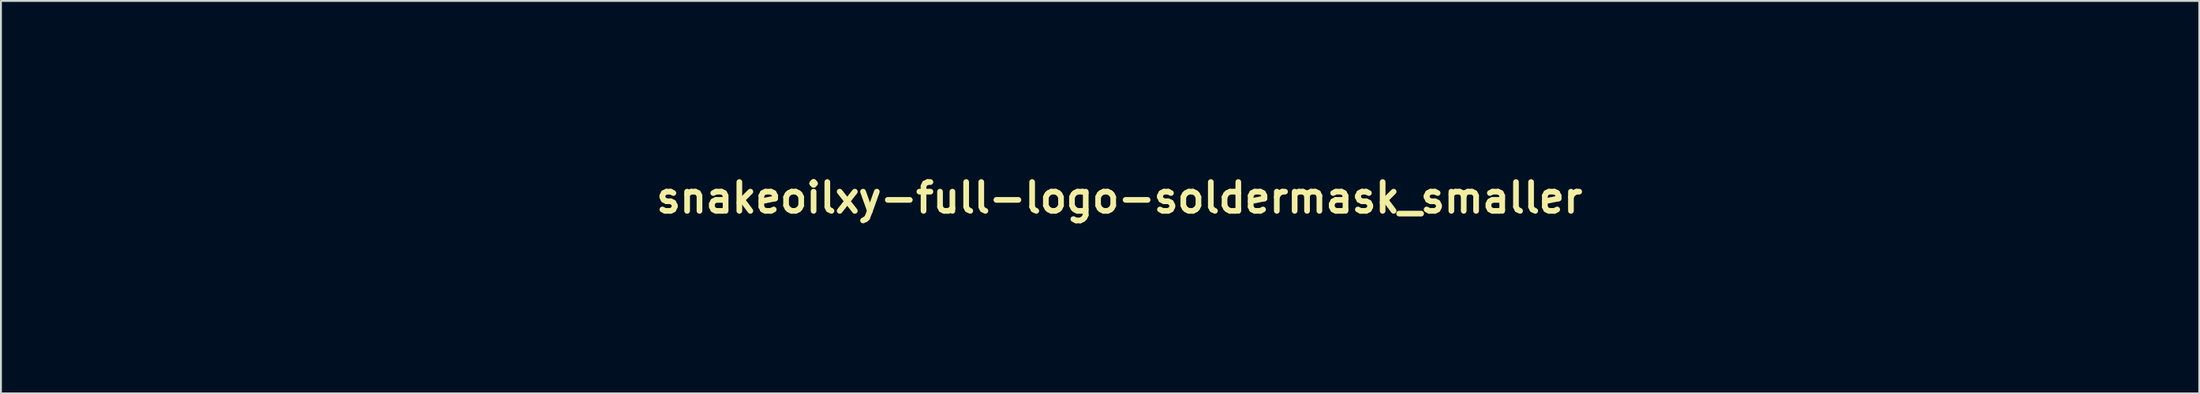
<source format=kicad_pcb>
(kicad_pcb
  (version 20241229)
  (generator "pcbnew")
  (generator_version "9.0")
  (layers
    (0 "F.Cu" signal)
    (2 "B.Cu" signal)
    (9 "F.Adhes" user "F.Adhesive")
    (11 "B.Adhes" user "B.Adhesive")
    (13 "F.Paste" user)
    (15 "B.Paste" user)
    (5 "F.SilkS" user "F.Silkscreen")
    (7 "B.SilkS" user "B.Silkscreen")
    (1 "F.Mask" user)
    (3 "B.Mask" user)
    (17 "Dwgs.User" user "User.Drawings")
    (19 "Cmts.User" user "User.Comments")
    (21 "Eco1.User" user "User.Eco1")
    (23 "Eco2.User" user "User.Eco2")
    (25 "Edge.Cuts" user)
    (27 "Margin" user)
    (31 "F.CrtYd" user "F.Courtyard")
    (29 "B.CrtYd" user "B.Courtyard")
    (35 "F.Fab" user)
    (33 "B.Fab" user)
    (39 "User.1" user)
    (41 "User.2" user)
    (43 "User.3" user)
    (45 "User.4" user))
  (footprint "snakeoilxy-full-logo-soldermask_smaller"
    (layer "F.Cu")
    (at 56.052 7.409)
    (property "Reference" "snakeoilxy-full-logo-soldermask_smaller" (at 0 0 0) (layer "F.SilkS") (effects (font (size 1.524 1.524) (thickness 0.3))))
    (attr through_hole)
    (fp_poly (pts (xy 23.463 6.223) (xy 22.035 6.223) (xy 22.035 0.254) (xy 23.463 0.254) (xy 23.463 6.223)) (stroke (width 0.01) (type solid)) (fill yes) (layer "F.Mask"))
    (fp_poly (pts (xy 23.463 -0.381) (xy 22.033 -0.381) (xy 22.042 -1.056) (xy 22.05 -1.73) (xy 22.757 -1.739) (xy 23.463 -1.747) (xy 23.463 -0.381)) (stroke (width 0.01) (type solid)) (fill yes) (layer "F.Mask"))
    (fp_poly (pts (xy 26.035 6.223) (xy 24.606 6.223) (xy 24.614 2.246) (xy 24.622 -1.73) (xy 25.329 -1.739) (xy 26.035 -1.747) (xy 26.035 6.223)) (stroke (width 0.01) (type solid)) (fill yes) (layer "F.Mask"))
    (fp_poly (pts (xy -19.296 3.104) (xy -19.288 3.182) (xy -19.286 3.227) (xy -19.287 3.23) (xy -19.319 3.24) (xy -19.393 3.257) (xy -19.449 3.269) (xy -19.568 3.293) (xy -19.712 3.323) (xy -19.812 3.345) (xy -20.106 3.409) (xy -20.346 3.462) (xy -20.539 3.505) (xy -20.692 3.539) (xy -20.814 3.566) (xy -20.911 3.589) (xy -20.977 3.604) (xy -21.113 3.635) (xy -21.199 3.648) (xy -21.249 3.642) (xy -21.275 3.619) (xy -21.284 3.596) (xy -21.306 3.504) (xy -21.329 3.381) (xy -21.35 3.249) (xy -21.364 3.136) (xy -21.368 3.074) (xy -21.368 2.985) (xy -19.311 2.985) (xy -19.296 3.104)) (stroke (width 0.01) (type solid)) (fill yes) (layer "F.Mask"))
    (fp_poly (pts (xy -50.628 -7.109) (xy -50.617 -7.077) (xy -50.591 -6.989) (xy -50.551 -6.854) (xy -50.501 -6.676) (xy -50.44 -6.463) (xy -50.372 -6.22) (xy -50.297 -5.954) (xy -50.253 -5.795) (xy -49.89 -4.495) (xy -50.147 -4.411) (xy -50.29 -4.361) (xy -50.431 -4.309) (xy -50.544 -4.264) (xy -50.557 -4.259) (xy -50.644 -4.221) (xy -50.705 -4.196) (xy -50.72 -4.191) (xy -50.737 -4.218) (xy -50.78 -4.296) (xy -50.846 -4.418) (xy -50.932 -4.58) (xy -51.036 -4.774) (xy -51.153 -4.996) (xy -51.282 -5.24) (xy -51.364 -5.396) (xy -51.997 -6.601) (xy -51.819 -6.685) (xy -51.664 -6.756) (xy -51.491 -6.828) (xy -51.31 -6.9) (xy -51.131 -6.966) (xy -50.965 -7.025) (xy -50.822 -7.071) (xy -50.711 -7.101) (xy -50.643 -7.112) (xy -50.628 -7.109)) (stroke (width 0.01) (type solid)) (fill yes) (layer "F.Mask"))
    (fp_poly (pts (xy -19.246 3.483) (xy -19.208 3.508) (xy -19.177 3.557) (xy -19.143 3.628) (xy -19.142 3.63) (xy -19.059 3.802) (xy -19.84 4.34) (xy -20.038 4.477) (xy -20.22 4.602) (xy -20.38 4.711) (xy -20.509 4.799) (xy -20.602 4.863) (xy -20.652 4.896) (xy -20.657 4.899) (xy -20.692 4.885) (xy -20.75 4.823) (xy -20.823 4.722) (xy -20.833 4.706) (xy -20.998 4.432) (xy -21.121 4.175) (xy -21.141 4.124) (xy -21.153 4.086) (xy -21.148 4.058) (xy -21.116 4.033) (xy -21.047 4.006) (xy -20.93 3.97) (xy -20.881 3.956) (xy -20.744 3.915) (xy -20.623 3.878) (xy -20.535 3.85) (xy -20.511 3.842) (xy -20.442 3.82) (xy -20.334 3.787) (xy -20.209 3.749) (xy -20.193 3.745) (xy -20.044 3.7) (xy -19.869 3.646) (xy -19.702 3.594) (xy -19.681 3.587) (xy -19.508 3.532) (xy -19.385 3.495) (xy -19.301 3.479) (xy -19.246 3.483)) (stroke (width 0.01) (type solid)) (fill yes) (layer "F.Mask"))
    (fp_poly (pts (xy -18.795 4.061) (xy -18.693 4.126) (xy -18.59 4.179) (xy -18.554 4.192) (xy -18.483 4.221) (xy -18.457 4.259) (xy -18.461 4.33) (xy -18.463 4.345) (xy -18.482 4.456) (xy -18.509 4.612) (xy -18.542 4.795) (xy -18.577 4.986) (xy -18.612 5.169) (xy -18.622 5.223) (xy -18.647 5.356) (xy -18.678 5.523) (xy -18.709 5.697) (xy -18.722 5.771) (xy -18.752 5.925) (xy -18.777 6.026) (xy -18.801 6.079) (xy -18.827 6.094) (xy -18.878 6.084) (xy -18.971 6.057) (xy -19.09 6.018) (xy -19.129 6.005) (xy -19.545 5.832) (xy -19.931 5.612) (xy -20.256 5.368) (xy -20.368 5.274) (xy -20.288 5.198) (xy -20.204 5.119) (xy -20.089 5.012) (xy -19.953 4.886) (xy -19.802 4.748) (xy -19.644 4.603) (xy -19.488 4.461) (xy -19.342 4.328) (xy -19.212 4.211) (xy -19.108 4.118) (xy -19.038 4.055) (xy -19.012 4.034) (xy -18.926 3.966) (xy -18.795 4.061)) (stroke (width 0.01) (type solid)) (fill yes) (layer "F.Mask"))
    (fp_poly (pts (xy -36.187 2.051) (xy -35.928 2.308) (xy -35.678 2.556) (xy -35.44 2.789) (xy -35.22 3.004) (xy -35.021 3.197) (xy -34.848 3.362) (xy -34.706 3.497) (xy -34.598 3.596) (xy -34.53 3.656) (xy -34.519 3.665) (xy -34.066 3.969) (xy -33.59 4.213) (xy -33.092 4.399) (xy -32.575 4.524) (xy -32.039 4.589) (xy -31.933 4.594) (xy -31.464 4.613) (xy -31.464 7.334) (xy -31.885 7.33) (xy -32.071 7.326) (xy -32.263 7.318) (xy -32.435 7.308) (xy -32.56 7.297) (xy -33.199 7.194) (xy -33.835 7.03) (xy -34.46 6.808) (xy -35.066 6.531) (xy -35.647 6.202) (xy -35.904 6.034) (xy -36.026 5.948) (xy -36.151 5.855) (xy -36.28 5.752) (xy -36.42 5.635) (xy -36.574 5.5) (xy -36.745 5.344) (xy -36.937 5.162) (xy -37.156 4.953) (xy -37.404 4.71) (xy -37.685 4.432) (xy -38.005 4.114) (xy -38.235 3.884) (xy -39.592 2.524) (xy -38.624 1.556) (xy -37.656 0.588) (xy -36.187 2.051)) (stroke (width 0.01) (type solid)) (fill yes) (layer "F.Mask"))
    (fp_poly (pts (xy -54.691 -4.238) (xy -54.622 -4.197) (xy -54.525 -4.133) (xy -54.461 -4.089) (xy -54.373 -4.028) (xy -54.241 -3.938) (xy -54.074 -3.824) (xy -53.88 -3.692) (xy -53.667 -3.548) (xy -53.445 -3.398) (xy -53.333 -3.322) (xy -52.452 -2.728) (xy -52.616 -2.467) (xy -52.758 -2.219) (xy -52.897 -1.937) (xy -53.02 -1.649) (xy -53.115 -1.381) (xy -53.118 -1.372) (xy -53.156 -1.263) (xy -53.192 -1.183) (xy -53.22 -1.147) (xy -53.224 -1.147) (xy -53.262 -1.154) (xy -53.355 -1.174) (xy -53.497 -1.204) (xy -53.681 -1.244) (xy -53.9 -1.292) (xy -54.148 -1.346) (xy -54.417 -1.406) (xy -54.546 -1.434) (xy -54.822 -1.495) (xy -55.078 -1.553) (xy -55.308 -1.604) (xy -55.505 -1.649) (xy -55.663 -1.686) (xy -55.775 -1.712) (xy -55.835 -1.728) (xy -55.843 -1.73) (xy -55.841 -1.766) (xy -55.822 -1.851) (xy -55.789 -1.973) (xy -55.745 -2.12) (xy -55.695 -2.281) (xy -55.64 -2.445) (xy -55.586 -2.601) (xy -55.575 -2.629) (xy -55.468 -2.893) (xy -55.335 -3.183) (xy -55.188 -3.477) (xy -55.037 -3.752) (xy -54.907 -3.965) (xy -54.832 -4.08) (xy -54.771 -4.173) (xy -54.731 -4.234) (xy -54.719 -4.25) (xy -54.691 -4.238)) (stroke (width 0.01) (type solid)) (fill yes) (layer "F.Mask"))
    (fp_poly (pts (xy -52.567 -6.229) (xy -52.515 -6.157) (xy -52.437 -6.045) (xy -52.338 -5.899) (xy -52.222 -5.727) (xy -52.094 -5.536) (xy -51.958 -5.331) (xy -51.818 -5.119) (xy -51.68 -4.908) (xy -51.546 -4.704) (xy -51.422 -4.514) (xy -51.312 -4.344) (xy -51.221 -4.2) (xy -51.153 -4.091) (xy -51.112 -4.022) (xy -51.102 -4.001) (xy -51.126 -3.972) (xy -51.191 -3.919) (xy -51.283 -3.853) (xy -51.3 -3.842) (xy -51.408 -3.764) (xy -51.543 -3.659) (xy -51.686 -3.542) (xy -51.783 -3.458) (xy -51.894 -3.361) (xy -51.987 -3.281) (xy -52.051 -3.228) (xy -52.077 -3.208) (xy -52.077 -3.208) (xy -52.102 -3.229) (xy -52.169 -3.288) (xy -52.273 -3.381) (xy -52.409 -3.502) (xy -52.573 -3.648) (xy -52.759 -3.815) (xy -52.962 -3.997) (xy -53.054 -4.08) (xy -53.265 -4.269) (xy -53.461 -4.447) (xy -53.638 -4.608) (xy -53.79 -4.747) (xy -53.912 -4.861) (xy -54 -4.943) (xy -54.047 -4.99) (xy -54.054 -4.998) (xy -54.061 -5.029) (xy -54.045 -5.071) (xy -54.002 -5.13) (xy -53.926 -5.209) (xy -53.814 -5.315) (xy -53.66 -5.453) (xy -53.522 -5.572) (xy -53.388 -5.685) (xy -53.24 -5.803) (xy -53.088 -5.92) (xy -52.94 -6.029) (xy -52.807 -6.124) (xy -52.697 -6.198) (xy -52.62 -6.243) (xy -52.588 -6.255) (xy -52.567 -6.229)) (stroke (width 0.01) (type solid)) (fill yes) (layer "F.Mask"))
    (fp_poly (pts (xy -48.522 -7.386) (xy -48.385 -7.375) (xy -48.217 -7.362) (xy -48.05 -7.35) (xy -48.022 -7.348) (xy -47.532 -7.292) (xy -47.019 -7.191) (xy -46.499 -7.049) (xy -45.987 -6.872) (xy -45.5 -6.665) (xy -45.212 -6.52) (xy -45.038 -6.424) (xy -44.876 -6.332) (xy -44.723 -6.238) (xy -44.574 -6.14) (xy -44.425 -6.034) (xy -44.271 -5.916) (xy -44.108 -5.782) (xy -43.931 -5.629) (xy -43.736 -5.452) (xy -43.52 -5.249) (xy -43.276 -5.016) (xy -43.001 -4.748) (xy -42.691 -4.442) (xy -42.342 -4.095) (xy -42.331 -4.084) (xy -40.8 -2.56) (xy -41.77 -1.598) (xy -41.975 -1.395) (xy -42.165 -1.207) (xy -42.335 -1.038) (xy -42.483 -0.892) (xy -42.602 -0.775) (xy -42.688 -0.691) (xy -42.736 -0.644) (xy -42.746 -0.635) (xy -42.769 -0.657) (xy -42.833 -0.72) (xy -42.934 -0.821) (xy -43.07 -0.955) (xy -43.236 -1.12) (xy -43.428 -1.311) (xy -43.643 -1.524) (xy -43.878 -1.757) (xy -44.127 -2.006) (xy -44.26 -2.137) (xy -44.582 -2.458) (xy -44.863 -2.737) (xy -45.109 -2.978) (xy -45.322 -3.184) (xy -45.507 -3.36) (xy -45.669 -3.509) (xy -45.811 -3.635) (xy -45.937 -3.74) (xy -46.052 -3.829) (xy -46.16 -3.906) (xy -46.265 -3.973) (xy -46.371 -4.035) (xy -46.483 -4.095) (xy -46.596 -4.153) (xy -46.937 -4.305) (xy -47.302 -4.433) (xy -47.676 -4.533) (xy -48.04 -4.602) (xy -48.379 -4.634) (xy -48.472 -4.636) (xy -48.736 -4.636) (xy -48.736 -7.404) (xy -48.522 -7.386)) (stroke (width 0.01) (type solid)) (fill yes) (layer "F.Mask"))
    (fp_poly (pts (xy 27.456 -4.794) (xy 27.609 -4.789) (xy 27.768 -4.777) (xy 27.892 -4.762) (xy 28.021 -4.741) (xy 28.147 -4.723) (xy 28.21 -4.715) (xy 28.296 -4.701) (xy 28.426 -4.673) (xy 28.582 -4.636) (xy 28.749 -4.593) (xy 28.907 -4.55) (xy 29.035 -4.513) (xy 29.174 -4.464) (xy 29.35 -4.393) (xy 29.547 -4.307) (xy 29.639 -4.265) (xy 29.722 -4.224) (xy 29.834 -4.165) (xy 29.961 -4.097) (xy 30.086 -4.028) (xy 30.196 -3.966) (xy 30.275 -3.919) (xy 30.305 -3.899) (xy 30.343 -3.871) (xy 30.42 -3.814) (xy 30.523 -3.738) (xy 30.607 -3.676) (xy 30.697 -3.604) (xy 30.828 -3.489) (xy 30.995 -3.336) (xy 31.196 -3.147) (xy 31.427 -2.926) (xy 31.683 -2.676) (xy 31.963 -2.401) (xy 32.033 -2.331) (xy 33.189 -1.183) (xy 32.45 -0.449) (xy 32.273 -0.273) (xy 32.11 -0.112) (xy 31.968 0.028) (xy 31.852 0.143) (xy 31.766 0.226) (xy 31.717 0.274) (xy 31.707 0.283) (xy 31.684 0.26) (xy 31.622 0.197) (xy 31.523 0.097) (xy 31.393 -0.034) (xy 31.237 -0.193) (xy 31.057 -0.374) (xy 30.86 -0.574) (xy 30.671 -0.766) (xy 30.384 -1.055) (xy 30.137 -1.302) (xy 29.923 -1.511) (xy 29.739 -1.688) (xy 29.578 -1.835) (xy 29.437 -1.957) (xy 29.31 -2.059) (xy 29.192 -2.146) (xy 29.079 -2.22) (xy 28.965 -2.287) (xy 28.888 -2.328) (xy 28.551 -2.487) (xy 28.223 -2.601) (xy 27.882 -2.676) (xy 27.505 -2.718) (xy 27.488 -2.72) (xy 27.21 -2.738) (xy 27.21 -4.794) (xy 27.456 -4.794)) (stroke (width 0.01) (type solid)) (fill yes) (layer "F.Mask"))
    (fp_poly (pts (xy 41.267 -4.794) (xy 41.42 -4.789) (xy 41.58 -4.777) (xy 41.704 -4.762) (xy 41.833 -4.741) (xy 41.958 -4.723) (xy 42.021 -4.715) (xy 42.107 -4.701) (xy 42.237 -4.673) (xy 42.394 -4.636) (xy 42.56 -4.593) (xy 42.719 -4.55) (xy 42.847 -4.513) (xy 42.985 -4.464) (xy 43.162 -4.393) (xy 43.358 -4.307) (xy 43.45 -4.265) (xy 43.533 -4.224) (xy 43.646 -4.165) (xy 43.772 -4.097) (xy 43.897 -4.028) (xy 44.007 -3.966) (xy 44.086 -3.919) (xy 44.117 -3.899) (xy 44.154 -3.871) (xy 44.231 -3.814) (xy 44.334 -3.738) (xy 44.418 -3.676) (xy 44.508 -3.604) (xy 44.639 -3.489) (xy 44.806 -3.336) (xy 45.007 -3.147) (xy 45.238 -2.926) (xy 45.495 -2.676) (xy 45.774 -2.401) (xy 45.844 -2.331) (xy 47 -1.183) (xy 46.261 -0.449) (xy 46.084 -0.273) (xy 45.921 -0.112) (xy 45.779 0.028) (xy 45.663 0.143) (xy 45.577 0.226) (xy 45.528 0.274) (xy 45.518 0.283) (xy 45.496 0.26) (xy 45.433 0.197) (xy 45.334 0.097) (xy 45.205 -0.034) (xy 45.048 -0.193) (xy 44.869 -0.374) (xy 44.671 -0.574) (xy 44.482 -0.766) (xy 44.196 -1.055) (xy 43.948 -1.302) (xy 43.735 -1.511) (xy 43.55 -1.688) (xy 43.39 -1.835) (xy 43.248 -1.957) (xy 43.121 -2.059) (xy 43.003 -2.146) (xy 42.89 -2.22) (xy 42.776 -2.287) (xy 42.699 -2.328) (xy 42.363 -2.487) (xy 42.035 -2.601) (xy 41.693 -2.676) (xy 41.316 -2.718) (xy 41.299 -2.72) (xy 41.021 -2.738) (xy 41.021 -4.794) (xy 41.267 -4.794)) (stroke (width 0.01) (type solid)) (fill yes) (layer "F.Mask"))
    (fp_poly (pts (xy 35.566 1.228) (xy 35.633 1.291) (xy 35.737 1.39) (xy 35.871 1.521) (xy 36.034 1.679) (xy 36.218 1.862) (xy 36.422 2.063) (xy 36.639 2.279) (xy 36.669 2.31) (xy 36.953 2.592) (xy 37.196 2.832) (xy 37.403 3.033) (xy 37.578 3.2) (xy 37.724 3.334) (xy 37.845 3.441) (xy 37.946 3.523) (xy 38.029 3.585) (xy 38.041 3.593) (xy 38.414 3.817) (xy 38.785 3.984) (xy 39.169 4.099) (xy 39.577 4.165) (xy 39.775 4.18) (xy 40.164 4.201) (xy 40.164 6.255) (xy 39.854 6.25) (xy 39.687 6.245) (xy 39.513 6.237) (xy 39.362 6.227) (xy 39.322 6.223) (xy 39.175 6.204) (xy 39.004 6.177) (xy 38.829 6.144) (xy 38.67 6.109) (xy 38.547 6.078) (xy 38.513 6.067) (xy 38.444 6.044) (xy 38.337 6.01) (xy 38.212 5.971) (xy 38.195 5.966) (xy 38.095 5.93) (xy 37.96 5.874) (xy 37.802 5.805) (xy 37.633 5.727) (xy 37.465 5.647) (xy 37.31 5.57) (xy 37.18 5.502) (xy 37.086 5.448) (xy 37.044 5.418) (xy 36.994 5.378) (xy 36.913 5.325) (xy 36.878 5.303) (xy 36.799 5.253) (xy 36.745 5.216) (xy 36.735 5.207) (xy 36.704 5.18) (xy 36.635 5.126) (xy 36.542 5.054) (xy 36.513 5.032) (xy 36.449 4.978) (xy 36.346 4.884) (xy 36.208 4.755) (xy 36.043 4.597) (xy 35.853 4.414) (xy 35.646 4.212) (xy 35.426 3.995) (xy 35.199 3.77) (xy 35.19 3.76) (xy 34.073 2.645) (xy 34.793 1.926) (xy 34.969 1.751) (xy 35.131 1.591) (xy 35.273 1.452) (xy 35.391 1.34) (xy 35.478 1.258) (xy 35.528 1.214) (xy 35.539 1.206) (xy 35.566 1.228)) (stroke (width 0.01) (type solid)) (fill yes) (layer "F.Mask"))
    (fp_poly (pts (xy 1.405 0.639) (xy 1.413 3.025) (xy 1.719 2.568) (xy 1.819 2.421) (xy 1.946 2.232) (xy 2.093 2.015) (xy 2.252 1.781) (xy 2.414 1.542) (xy 2.572 1.309) (xy 2.588 1.286) (xy 2.73 1.078) (xy 2.862 0.882) (xy 2.981 0.707) (xy 3.08 0.559) (xy 3.156 0.445) (xy 3.203 0.373) (xy 3.213 0.357) (xy 3.277 0.254) (xy 4.133 0.254) (xy 4.409 0.255) (xy 4.634 0.258) (xy 4.805 0.264) (xy 4.92 0.271) (xy 4.975 0.28) (xy 4.979 0.285) (xy 4.958 0.318) (xy 4.905 0.395) (xy 4.825 0.509) (xy 4.722 0.651) (xy 4.603 0.816) (xy 4.51 0.944) (xy 4.217 1.344) (xy 3.951 1.708) (xy 3.713 2.034) (xy 3.505 2.319) (xy 3.328 2.561) (xy 3.183 2.76) (xy 3.072 2.913) (xy 2.996 3.018) (xy 2.957 3.072) (xy 2.885 3.175) (xy 3.34 3.735) (xy 3.508 3.942) (xy 3.697 4.174) (xy 3.891 4.414) (xy 4.076 4.641) (xy 4.224 4.822) (xy 4.465 5.119) (xy 4.67 5.371) (xy 4.84 5.58) (xy 4.979 5.752) (xy 5.09 5.89) (xy 5.176 5.997) (xy 5.24 6.077) (xy 5.285 6.134) (xy 5.313 6.172) (xy 5.329 6.194) (xy 5.334 6.205) (xy 5.334 6.205) (xy 5.304 6.21) (xy 5.217 6.214) (xy 5.083 6.217) (xy 4.908 6.22) (xy 4.701 6.222) (xy 4.469 6.222) (xy 4.374 6.222) (xy 3.413 6.222) (xy 3.029 5.691) (xy 2.89 5.499) (xy 2.731 5.279) (xy 2.557 5.04) (xy 2.377 4.792) (xy 2.196 4.544) (xy 2.021 4.304) (xy 1.859 4.083) (xy 1.717 3.889) (xy 1.602 3.731) (xy 1.546 3.656) (xy 1.397 3.454) (xy 1.397 6.223) (xy -0.032 6.223) (xy -0.032 -1.746) (xy 1.397 -1.746) (xy 1.405 0.639)) (stroke (width 0.01) (type solid)) (fill yes) (layer "F.Mask"))
    (fp_poly (pts (xy -10.323 0.147) (xy -10.171 0.15) (xy -10.055 0.157) (xy -9.962 0.169) (xy -9.877 0.187) (xy -9.787 0.214) (xy -9.731 0.233) (xy -9.518 0.312) (xy -9.347 0.391) (xy -9.197 0.482) (xy -9.048 0.596) (xy -9.04 0.603) (xy -8.841 0.788) (xy -8.681 0.983) (xy -8.551 1.201) (xy -8.444 1.455) (xy -8.352 1.758) (xy -8.343 1.794) (xy -8.33 1.848) (xy -8.319 1.903) (xy -8.309 1.965) (xy -8.301 2.038) (xy -8.294 2.129) (xy -8.288 2.241) (xy -8.284 2.38) (xy -8.28 2.552) (xy -8.276 2.761) (xy -8.273 3.012) (xy -8.27 3.31) (xy -8.267 3.662) (xy -8.264 4.07) (xy -8.264 4.135) (xy -8.25 6.223) (xy -9.684 6.223) (xy -9.684 4.755) (xy -9.685 4.269) (xy -9.689 3.843) (xy -9.695 3.47) (xy -9.705 3.148) (xy -9.718 2.871) (xy -9.737 2.635) (xy -9.761 2.436) (xy -9.79 2.267) (xy -9.826 2.127) (xy -9.869 2.009) (xy -9.919 1.909) (xy -9.977 1.822) (xy -10.044 1.745) (xy -10.068 1.721) (xy -10.248 1.588) (xy -10.46 1.5) (xy -10.695 1.455) (xy -10.94 1.455) (xy -11.184 1.498) (xy -11.416 1.584) (xy -11.623 1.713) (xy -11.675 1.758) (xy -11.828 1.937) (xy -11.947 2.165) (xy -12.031 2.436) (xy -12.048 2.523) (xy -12.059 2.597) (xy -12.069 2.686) (xy -12.076 2.794) (xy -12.083 2.928) (xy -12.088 3.092) (xy -12.091 3.293) (xy -12.094 3.536) (xy -12.096 3.826) (xy -12.097 4.169) (xy -12.097 4.513) (xy -12.097 6.223) (xy -12.806 6.223) (xy -13.012 6.222) (xy -13.196 6.22) (xy -13.35 6.216) (xy -13.463 6.211) (xy -13.526 6.205) (xy -13.536 6.202) (xy -13.539 6.168) (xy -13.542 6.075) (xy -13.545 5.927) (xy -13.547 5.729) (xy -13.55 5.485) (xy -13.552 5.2) (xy -13.554 4.878) (xy -13.555 4.524) (xy -13.556 4.142) (xy -13.557 3.736) (xy -13.557 3.311) (xy -13.557 3.217) (xy -13.557 0.253) (xy -12.883 0.261) (xy -12.208 0.27) (xy -12.199 0.53) (xy -12.189 0.79) (xy -11.983 0.626) (xy -11.71 0.431) (xy -11.441 0.286) (xy -11.255 0.213) (xy -11.174 0.188) (xy -11.091 0.17) (xy -10.992 0.158) (xy -10.866 0.151) (xy -10.7 0.147) (xy -10.525 0.147) (xy -10.323 0.147)) (stroke (width 0.01) (type solid)) (fill yes) (layer "F.Mask"))
    (fp_poly (pts (xy -4.14 0.144) (xy -3.981 0.147) (xy -3.858 0.154) (xy -3.758 0.166) (xy -3.669 0.185) (xy -3.576 0.211) (xy -3.556 0.217) (xy -3.253 0.334) (xy -2.985 0.489) (xy -2.732 0.693) (xy -2.659 0.763) (xy -2.413 1.008) (xy -2.413 0.254) (xy -1.079 0.254) (xy -1.079 6.223) (xy -2.413 6.223) (xy -2.414 5.834) (xy -2.416 5.666) (xy -2.421 5.557) (xy -2.43 5.501) (xy -2.443 5.495) (xy -2.448 5.501) (xy -2.501 5.567) (xy -2.596 5.656) (xy -2.718 5.759) (xy -2.854 5.865) (xy -2.992 5.964) (xy -3.119 6.046) (xy -3.178 6.079) (xy -3.38 6.176) (xy -3.572 6.246) (xy -3.772 6.293) (xy -3.998 6.321) (xy -4.255 6.334) (xy -4.431 6.337) (xy -4.603 6.335) (xy -4.749 6.33) (xy -4.852 6.322) (xy -4.858 6.321) (xy -5.062 6.28) (xy -5.293 6.214) (xy -5.53 6.131) (xy -5.747 6.039) (xy -5.905 5.957) (xy -6.259 5.712) (xy -6.567 5.424) (xy -6.828 5.097) (xy -7.039 4.734) (xy -7.2 4.339) (xy -7.307 3.913) (xy -7.36 3.462) (xy -7.365 3.288) (xy -5.905 3.288) (xy -5.879 3.639) (xy -5.799 3.956) (xy -5.668 4.237) (xy -5.488 4.481) (xy -5.259 4.684) (xy -4.985 4.846) (xy -4.688 4.956) (xy -4.507 4.992) (xy -4.288 5.01) (xy -4.057 5.011) (xy -3.837 4.994) (xy -3.686 4.968) (xy -3.395 4.868) (xy -3.136 4.717) (xy -2.915 4.519) (xy -2.737 4.28) (xy -2.682 4.178) (xy -2.549 3.848) (xy -2.475 3.524) (xy -2.459 3.196) (xy -2.486 2.934) (xy -2.57 2.596) (xy -2.701 2.296) (xy -2.878 2.036) (xy -3.095 1.82) (xy -3.35 1.652) (xy -3.638 1.533) (xy -3.956 1.468) (xy -4.189 1.457) (xy -4.52 1.482) (xy -4.813 1.555) (xy -5.075 1.679) (xy -5.313 1.856) (xy -5.382 1.921) (xy -5.592 2.171) (xy -5.748 2.453) (xy -5.85 2.77) (xy -5.9 3.12) (xy -5.905 3.288) (xy -7.365 3.288) (xy -7.366 3.254) (xy -7.338 2.802) (xy -7.257 2.368) (xy -7.123 1.958) (xy -6.941 1.578) (xy -6.711 1.235) (xy -6.437 0.932) (xy -6.427 0.923) (xy -6.234 0.753) (xy -6.051 0.618) (xy -5.853 0.502) (xy -5.673 0.413) (xy -5.461 0.319) (xy -5.273 0.249) (xy -5.093 0.2) (xy -4.905 0.169) (xy -4.692 0.151) (xy -4.438 0.144) (xy -4.35 0.144) (xy -4.14 0.144)) (stroke (width 0.01) (type solid)) (fill yes) (layer "F.Mask"))
    (fp_poly (pts (xy 17.174 -1.851) (xy 17.44 -1.835) (xy 17.673 -1.807) (xy 17.799 -1.783) (xy 18.308 -1.635) (xy 18.78 -1.436) (xy 19.216 -1.184) (xy 19.614 -0.881) (xy 19.975 -0.528) (xy 20.297 -0.123) (xy 20.401 0.031) (xy 20.633 0.446) (xy 20.815 0.892) (xy 20.945 1.36) (xy 21.022 1.84) (xy 21.043 2.321) (xy 21.005 2.794) (xy 21.005 2.794) (xy 20.964 3.051) (xy 20.919 3.267) (xy 20.864 3.467) (xy 20.793 3.672) (xy 20.729 3.836) (xy 20.511 4.293) (xy 20.243 4.712) (xy 19.93 5.09) (xy 19.573 5.425) (xy 19.176 5.713) (xy 18.743 5.952) (xy 18.276 6.14) (xy 17.796 6.271) (xy 17.641 6.295) (xy 17.441 6.315) (xy 17.213 6.329) (xy 16.976 6.337) (xy 16.746 6.338) (xy 16.542 6.332) (xy 16.383 6.319) (xy 15.89 6.222) (xy 15.415 6.068) (xy 14.963 5.86) (xy 14.539 5.601) (xy 14.149 5.296) (xy 13.798 4.947) (xy 13.491 4.558) (xy 13.259 4.181) (xy 13.063 3.754) (xy 12.915 3.3) (xy 12.819 2.83) (xy 12.777 2.357) (xy 12.785 2.136) (xy 14.287 2.136) (xy 14.29 2.43) (xy 14.316 2.708) (xy 14.354 2.9) (xy 14.486 3.296) (xy 14.67 3.658) (xy 14.902 3.982) (xy 15.179 4.264) (xy 15.497 4.501) (xy 15.853 4.69) (xy 16.242 4.827) (xy 16.383 4.862) (xy 16.643 4.9) (xy 16.936 4.911) (xy 17.236 4.896) (xy 17.52 4.856) (xy 17.637 4.829) (xy 18.007 4.701) (xy 18.35 4.519) (xy 18.659 4.288) (xy 18.928 4.014) (xy 19.151 3.702) (xy 19.239 3.54) (xy 19.396 3.16) (xy 19.496 2.774) (xy 19.54 2.386) (xy 19.532 2.002) (xy 19.472 1.627) (xy 19.364 1.266) (xy 19.21 0.926) (xy 19.011 0.612) (xy 18.77 0.329) (xy 18.489 0.082) (xy 18.17 -0.123) (xy 17.816 -0.281) (xy 17.706 -0.318) (xy 17.34 -0.401) (xy 16.967 -0.431) (xy 16.649 -0.414) (xy 16.249 -0.342) (xy 15.893 -0.229) (xy 15.571 -0.073) (xy 15.277 0.131) (xy 15.123 0.264) (xy 14.844 0.567) (xy 14.619 0.901) (xy 14.45 1.269) (xy 14.352 1.591) (xy 14.308 1.848) (xy 14.287 2.136) (xy 12.785 2.136) (xy 12.793 1.893) (xy 12.794 1.883) (xy 12.876 1.362) (xy 13.014 0.868) (xy 13.206 0.405) (xy 13.451 -0.024) (xy 13.746 -0.418) (xy 14.09 -0.774) (xy 14.482 -1.089) (xy 14.919 -1.36) (xy 15.048 -1.428) (xy 15.288 -1.535) (xy 15.569 -1.637) (xy 15.866 -1.727) (xy 16.158 -1.797) (xy 16.161 -1.798) (xy 16.37 -1.829) (xy 16.621 -1.848) (xy 16.895 -1.855) (xy 17.174 -1.851)) (stroke (width 0.01) (type solid)) (fill yes) (layer "F.Mask"))
    (fp_poly (pts (xy 9.397 0.14) (xy 9.556 0.157) (xy 9.973 0.249) (xy 10.367 0.398) (xy 10.732 0.6) (xy 11.065 0.852) (xy 11.36 1.151) (xy 11.614 1.491) (xy 11.822 1.871) (xy 11.893 2.038) (xy 11.988 2.313) (xy 12.054 2.584) (xy 12.093 2.87) (xy 12.11 3.191) (xy 12.111 3.286) (xy 12.11 3.457) (xy 12.106 3.609) (xy 12.101 3.729) (xy 12.093 3.803) (xy 12.09 3.818) (xy 12.083 3.829) (xy 12.067 3.838) (xy 12.039 3.846) (xy 11.995 3.852) (xy 11.929 3.858) (xy 11.838 3.862) (xy 11.717 3.866) (xy 11.563 3.868) (xy 11.369 3.87) (xy 11.133 3.872) (xy 10.85 3.873) (xy 10.515 3.873) (xy 10.125 3.873) (xy 9.777 3.873) (xy 7.486 3.873) (xy 7.508 3.961) (xy 7.574 4.14) (xy 7.68 4.328) (xy 7.814 4.502) (xy 7.857 4.548) (xy 8.081 4.735) (xy 8.334 4.874) (xy 8.622 4.965) (xy 8.948 5.01) (xy 9.133 5.016) (xy 9.444 4.997) (xy 9.715 4.936) (xy 9.955 4.829) (xy 10.176 4.671) (xy 10.278 4.578) (xy 10.412 4.445) (xy 11.974 4.445) (xy 11.952 4.516) (xy 11.863 4.731) (xy 11.725 4.964) (xy 11.545 5.206) (xy 11.332 5.446) (xy 11.233 5.543) (xy 10.961 5.78) (xy 10.683 5.967) (xy 10.381 6.116) (xy 10.04 6.235) (xy 9.954 6.26) (xy 9.818 6.287) (xy 9.636 6.309) (xy 9.425 6.326) (xy 9.202 6.336) (xy 8.986 6.339) (xy 8.793 6.335) (xy 8.64 6.321) (xy 8.636 6.321) (xy 8.202 6.227) (xy 7.792 6.079) (xy 7.41 5.881) (xy 7.061 5.637) (xy 6.75 5.35) (xy 6.482 5.025) (xy 6.262 4.665) (xy 6.094 4.275) (xy 6.067 4.196) (xy 5.965 3.768) (xy 5.923 3.335) (xy 5.941 2.903) (xy 5.994 2.603) (xy 7.43 2.603) (xy 10.704 2.603) (xy 10.684 2.532) (xy 10.631 2.39) (xy 10.553 2.23) (xy 10.461 2.075) (xy 10.367 1.945) (xy 10.309 1.883) (xy 10.098 1.715) (xy 9.874 1.592) (xy 9.624 1.511) (xy 9.339 1.467) (xy 9.079 1.456) (xy 8.903 1.458) (xy 8.768 1.466) (xy 8.654 1.483) (xy 8.539 1.513) (xy 8.46 1.538) (xy 8.17 1.662) (xy 7.926 1.826) (xy 7.725 2.035) (xy 7.563 2.293) (xy 7.484 2.469) (xy 7.43 2.603) (xy 5.994 2.603) (xy 6.016 2.479) (xy 6.149 2.068) (xy 6.336 1.678) (xy 6.578 1.315) (xy 6.726 1.137) (xy 6.974 0.899) (xy 7.268 0.677) (xy 7.593 0.482) (xy 7.933 0.323) (xy 8.223 0.223) (xy 8.412 0.183) (xy 8.644 0.153) (xy 8.899 0.136) (xy 9.156 0.131) (xy 9.397 0.14)) (stroke (width 0.01) (type solid)) (fill yes) (layer "F.Mask"))
    (fp_poly (pts (xy 40.156 -3.768) (xy 40.165 -2.731) (xy 39.927 -2.731) (xy 39.535 -2.703) (xy 39.133 -2.622) (xy 38.737 -2.495) (xy 38.361 -2.325) (xy 38.019 -2.118) (xy 37.862 -2) (xy 37.829 -1.969) (xy 37.753 -1.896) (xy 37.638 -1.783) (xy 37.485 -1.633) (xy 37.298 -1.447) (xy 37.078 -1.23) (xy 36.828 -0.983) (xy 36.552 -0.709) (xy 36.251 -0.41) (xy 35.928 -0.089) (xy 35.585 0.251) (xy 35.225 0.609) (xy 34.851 0.981) (xy 34.465 1.365) (xy 34.385 1.445) (xy 33.912 1.916) (xy 33.482 2.345) (xy 33.092 2.732) (xy 32.741 3.082) (xy 32.426 3.395) (xy 32.145 3.674) (xy 31.896 3.921) (xy 31.677 4.138) (xy 31.485 4.327) (xy 31.318 4.49) (xy 31.174 4.63) (xy 31.052 4.748) (xy 30.948 4.847) (xy 30.861 4.929) (xy 30.788 4.996) (xy 30.728 5.05) (xy 30.677 5.093) (xy 30.634 5.128) (xy 30.597 5.156) (xy 30.564 5.18) (xy 30.532 5.201) (xy 30.453 5.254) (xy 30.398 5.293) (xy 30.385 5.304) (xy 30.334 5.344) (xy 30.239 5.405) (xy 30.111 5.48) (xy 29.961 5.564) (xy 29.803 5.648) (xy 29.647 5.728) (xy 29.507 5.796) (xy 29.395 5.845) (xy 29.369 5.855) (xy 29.012 5.981) (xy 28.694 6.078) (xy 28.399 6.149) (xy 28.112 6.199) (xy 27.817 6.231) (xy 27.646 6.242) (xy 27.21 6.264) (xy 27.21 4.2) (xy 27.55 4.178) (xy 27.978 4.125) (xy 28.381 4.018) (xy 28.773 3.855) (xy 29.035 3.712) (xy 29.173 3.626) (xy 29.311 3.532) (xy 29.425 3.447) (xy 29.448 3.429) (xy 29.488 3.392) (xy 29.571 3.312) (xy 29.693 3.193) (xy 29.853 3.036) (xy 30.047 2.845) (xy 30.273 2.622) (xy 30.529 2.369) (xy 30.812 2.089) (xy 31.118 1.784) (xy 31.447 1.458) (xy 31.794 1.112) (xy 32.158 0.75) (xy 32.537 0.373) (xy 32.926 -0.015) (xy 33.052 -0.141) (xy 33.444 -0.532) (xy 33.826 -0.912) (xy 34.195 -1.278) (xy 34.548 -1.628) (xy 34.882 -1.96) (xy 35.196 -2.27) (xy 35.487 -2.556) (xy 35.751 -2.815) (xy 35.987 -3.046) (xy 36.192 -3.246) (xy 36.363 -3.411) (xy 36.497 -3.54) (xy 36.593 -3.63) (xy 36.647 -3.678) (xy 36.655 -3.684) (xy 36.743 -3.744) (xy 36.807 -3.791) (xy 36.83 -3.811) (xy 36.871 -3.844) (xy 36.957 -3.899) (xy 37.076 -3.969) (xy 37.215 -4.048) (xy 37.363 -4.128) (xy 37.508 -4.204) (xy 37.637 -4.269) (xy 37.739 -4.315) (xy 37.739 -4.316) (xy 37.862 -4.367) (xy 37.969 -4.412) (xy 38.04 -4.443) (xy 38.052 -4.448) (xy 38.276 -4.53) (xy 38.547 -4.608) (xy 38.849 -4.676) (xy 39.166 -4.732) (xy 39.482 -4.774) (xy 39.779 -4.797) (xy 39.868 -4.8) (xy 40.148 -4.806) (xy 40.156 -3.768)) (stroke (width 0.01) (type solid)) (fill yes) (layer "F.Mask"))
    (fp_poly (pts (xy 53.967 -4.797) (xy 53.978 -4.783) (xy 53.988 -4.738) (xy 53.995 -4.658) (xy 54 -4.536) (xy 54.004 -4.369) (xy 54.006 -4.151) (xy 54.007 -3.876) (xy 54.007 -3.762) (xy 54.007 -2.731) (xy 53.753 -2.731) (xy 53.351 -2.702) (xy 52.943 -2.621) (xy 52.542 -2.492) (xy 52.162 -2.32) (xy 51.817 -2.11) (xy 51.673 -2) (xy 51.64 -1.969) (xy 51.564 -1.896) (xy 51.449 -1.783) (xy 51.296 -1.633) (xy 51.109 -1.447) (xy 50.889 -1.23) (xy 50.64 -0.983) (xy 50.363 -0.709) (xy 50.062 -0.41) (xy 49.739 -0.089) (xy 49.396 0.251) (xy 49.037 0.609) (xy 48.663 0.981) (xy 48.277 1.365) (xy 48.197 1.445) (xy 47.723 1.916) (xy 47.293 2.345) (xy 46.904 2.732) (xy 46.552 3.082) (xy 46.237 3.395) (xy 45.956 3.674) (xy 45.707 3.921) (xy 45.488 4.138) (xy 45.296 4.327) (xy 45.129 4.49) (xy 44.986 4.63) (xy 44.863 4.748) (xy 44.759 4.847) (xy 44.672 4.929) (xy 44.599 4.996) (xy 44.539 5.05) (xy 44.488 5.093) (xy 44.445 5.128) (xy 44.408 5.156) (xy 44.375 5.18) (xy 44.343 5.201) (xy 44.264 5.254) (xy 44.209 5.293) (xy 44.196 5.304) (xy 44.146 5.344) (xy 44.05 5.405) (xy 43.922 5.48) (xy 43.772 5.564) (xy 43.614 5.648) (xy 43.459 5.728) (xy 43.319 5.796) (xy 43.206 5.845) (xy 43.18 5.855) (xy 42.823 5.981) (xy 42.505 6.078) (xy 42.21 6.149) (xy 41.923 6.199) (xy 41.629 6.231) (xy 41.458 6.242) (xy 41.021 6.264) (xy 41.021 4.2) (xy 41.362 4.178) (xy 41.789 4.125) (xy 42.192 4.018) (xy 42.584 3.855) (xy 42.847 3.712) (xy 42.984 3.626) (xy 43.122 3.532) (xy 43.236 3.447) (xy 43.259 3.429) (xy 43.3 3.392) (xy 43.382 3.312) (xy 43.505 3.193) (xy 43.664 3.036) (xy 43.858 2.845) (xy 44.085 2.622) (xy 44.34 2.369) (xy 44.623 2.089) (xy 44.93 1.784) (xy 45.258 1.458) (xy 45.606 1.112) (xy 45.97 0.75) (xy 46.348 0.373) (xy 46.737 -0.015) (xy 46.863 -0.141) (xy 47.255 -0.532) (xy 47.637 -0.912) (xy 48.006 -1.278) (xy 48.359 -1.628) (xy 48.694 -1.96) (xy 49.008 -2.27) (xy 49.298 -2.556) (xy 49.562 -2.815) (xy 49.798 -3.046) (xy 50.003 -3.246) (xy 50.174 -3.411) (xy 50.308 -3.54) (xy 50.404 -3.63) (xy 50.458 -3.678) (xy 50.467 -3.684) (xy 50.554 -3.744) (xy 50.618 -3.791) (xy 50.641 -3.811) (xy 50.683 -3.844) (xy 50.768 -3.899) (xy 50.887 -3.969) (xy 51.026 -4.048) (xy 51.174 -4.128) (xy 51.319 -4.204) (xy 51.448 -4.269) (xy 51.55 -4.315) (xy 51.55 -4.316) (xy 51.673 -4.367) (xy 51.78 -4.412) (xy 51.852 -4.443) (xy 51.864 -4.448) (xy 52.095 -4.533) (xy 52.373 -4.611) (xy 52.682 -4.679) (xy 53.006 -4.735) (xy 53.327 -4.776) (xy 53.631 -4.798) (xy 53.9 -4.8) (xy 53.967 -4.797)) (stroke (width 0.01) (type solid)) (fill yes) (layer "F.Mask"))
    (fp_poly (pts (xy -17.654 -4.714) (xy -17.436 -4.702) (xy -17.25 -4.683) (xy -17.113 -4.657) (xy -16.669 -4.508) (xy -16.271 -4.319) (xy -15.918 -4.086) (xy -15.606 -3.809) (xy -15.333 -3.484) (xy -15.267 -3.39) (xy -15.106 -3.118) (xy -14.978 -2.819) (xy -14.879 -2.483) (xy -14.805 -2.101) (xy -14.778 -1.897) (xy -14.756 -1.714) (xy -15.781 -1.722) (xy -16.806 -1.73) (xy -16.846 -1.927) (xy -16.912 -2.167) (xy -17.004 -2.362) (xy -17.13 -2.526) (xy -17.153 -2.55) (xy -17.332 -2.686) (xy -17.543 -2.778) (xy -17.773 -2.826) (xy -18.012 -2.831) (xy -18.245 -2.792) (xy -18.462 -2.71) (xy -18.651 -2.586) (xy -18.742 -2.495) (xy -18.789 -2.43) (xy -18.849 -2.334) (xy -18.884 -2.27) (xy -18.925 -2.189) (xy -18.95 -2.115) (xy -18.964 -2.028) (xy -18.97 -1.91) (xy -18.971 -1.794) (xy -18.969 -1.641) (xy -18.961 -1.532) (xy -18.944 -1.449) (xy -18.914 -1.372) (xy -18.886 -1.317) (xy -18.782 -1.162) (xy -18.638 -1.007) (xy -18.476 -0.872) (xy -18.349 -0.792) (xy -18.26 -0.751) (xy -18.132 -0.697) (xy -17.983 -0.636) (xy -17.876 -0.595) (xy -17.724 -0.537) (xy -17.578 -0.481) (xy -17.458 -0.435) (xy -17.399 -0.413) (xy -17.31 -0.379) (xy -17.181 -0.329) (xy -17.031 -0.271) (xy -16.911 -0.225) (xy -16.51 -0.059) (xy -16.163 0.111) (xy -15.863 0.29) (xy -15.602 0.482) (xy -15.402 0.663) (xy -15.115 0.986) (xy -14.885 1.339) (xy -14.711 1.721) (xy -14.591 2.135) (xy -14.536 2.478) (xy -14.517 2.918) (xy -14.558 3.359) (xy -14.654 3.791) (xy -14.804 4.207) (xy -15.004 4.597) (xy -15.253 4.954) (xy -15.399 5.122) (xy -15.689 5.404) (xy -15.99 5.638) (xy -16.313 5.829) (xy -16.664 5.981) (xy -17.054 6.098) (xy -17.49 6.184) (xy -17.644 6.206) (xy -17.73 6.213) (xy -17.772 6.201) (xy -17.791 6.163) (xy -17.793 6.152) (xy -17.798 6.102) (xy -17.803 5.998) (xy -17.809 5.848) (xy -17.815 5.662) (xy -17.821 5.447) (xy -17.827 5.215) (xy -17.827 5.199) (xy -17.833 4.93) (xy -17.836 4.719) (xy -17.836 4.559) (xy -17.833 4.444) (xy -17.828 4.368) (xy -17.819 4.324) (xy -17.807 4.306) (xy -17.806 4.306) (xy -17.754 4.295) (xy -17.661 4.279) (xy -17.556 4.262) (xy -17.287 4.19) (xy -17.041 4.063) (xy -16.827 3.887) (xy -16.655 3.67) (xy -16.58 3.532) (xy -16.54 3.441) (xy -16.515 3.36) (xy -16.502 3.269) (xy -16.497 3.149) (xy -16.497 3.016) (xy -16.509 2.777) (xy -16.545 2.579) (xy -16.611 2.405) (xy -16.713 2.234) (xy -16.756 2.175) (xy -16.83 2.086) (xy -16.916 2.002) (xy -17.018 1.922) (xy -17.144 1.84) (xy -17.298 1.756) (xy -17.487 1.665) (xy -17.715 1.565) (xy -17.989 1.453) (xy -18.313 1.326) (xy -18.542 1.238) (xy -18.896 1.097) (xy -19.198 0.962) (xy -19.458 0.827) (xy -19.686 0.685) (xy -19.893 0.53) (xy -20.088 0.357) (xy -20.193 0.254) (xy -20.464 -0.067) (xy -20.679 -0.418) (xy -20.839 -0.797) (xy -20.941 -1.202) (xy -20.984 -1.628) (xy -20.986 -1.73) (xy -20.955 -2.162) (xy -20.867 -2.575) (xy -20.722 -2.964) (xy -20.526 -3.327) (xy -20.28 -3.658) (xy -19.988 -3.955) (xy -19.653 -4.213) (xy -19.279 -4.428) (xy -18.868 -4.597) (xy -18.669 -4.657) (xy -18.529 -4.684) (xy -18.341 -4.703) (xy -18.123 -4.714) (xy -17.888 -4.718) (xy -17.654 -4.714)) (stroke (width 0.01) (type solid)) (fill yes) (layer "F.Mask"))
    (fp_poly (pts (xy -31.168 -7.361) (xy -30.513 -7.285) (xy -29.858 -7.148) (xy -29.22 -6.952) (xy -28.605 -6.698) (xy -28.015 -6.391) (xy -27.454 -6.032) (xy -26.928 -5.623) (xy -26.44 -5.169) (xy -25.993 -4.67) (xy -25.593 -4.131) (xy -25.241 -3.552) (xy -24.947 -2.948) (xy -24.71 -2.321) (xy -24.531 -1.676) (xy -24.411 -1.017) (xy -24.351 -0.348) (xy -24.352 0.328) (xy -24.414 1.006) (xy -24.515 1.586) (xy -24.665 2.149) (xy -24.87 2.717) (xy -25.124 3.277) (xy -25.422 3.817) (xy -25.756 4.325) (xy -25.981 4.62) (xy -26.12 4.78) (xy -26.293 4.967) (xy -26.49 5.166) (xy -26.696 5.366) (xy -26.898 5.554) (xy -27.085 5.717) (xy -27.231 5.835) (xy -27.397 5.956) (xy -27.579 6.081) (xy -27.769 6.203) (xy -27.958 6.32) (xy -28.138 6.426) (xy -28.303 6.516) (xy -28.443 6.587) (xy -28.551 6.633) (xy -28.62 6.651) (xy -28.638 6.646) (xy -28.654 6.614) (xy -28.692 6.53) (xy -28.749 6.403) (xy -28.821 6.239) (xy -28.905 6.047) (xy -28.999 5.832) (xy -29.099 5.603) (xy -29.201 5.367) (xy -29.304 5.131) (xy -29.402 4.903) (xy -29.494 4.689) (xy -29.576 4.497) (xy -29.645 4.335) (xy -29.674 4.265) (xy -29.716 4.165) (xy -29.551 4.079) (xy -29.107 3.815) (xy -28.696 3.499) (xy -28.324 3.138) (xy -27.993 2.737) (xy -27.707 2.3) (xy -27.469 1.834) (xy -27.284 1.342) (xy -27.156 0.832) (xy -27.141 0.746) (xy -27.101 0.42) (xy -27.085 0.061) (xy -27.093 -0.308) (xy -27.123 -0.667) (xy -27.176 -0.992) (xy -27.19 -1.055) (xy -27.341 -1.567) (xy -27.547 -2.052) (xy -27.804 -2.507) (xy -28.108 -2.928) (xy -28.456 -3.311) (xy -28.842 -3.653) (xy -29.264 -3.951) (xy -29.718 -4.2) (xy -30.199 -4.397) (xy -30.704 -4.539) (xy -30.956 -4.587) (xy -31.185 -4.614) (xy -31.453 -4.629) (xy -31.74 -4.634) (xy -32.025 -4.628) (xy -32.286 -4.61) (xy -32.483 -4.585) (xy -32.742 -4.53) (xy -33.031 -4.45) (xy -33.325 -4.351) (xy -33.601 -4.243) (xy -33.786 -4.158) (xy -33.858 -4.121) (xy -33.926 -4.088) (xy -33.99 -4.054) (xy -34.053 -4.019) (xy -34.116 -3.982) (xy -34.183 -3.938) (xy -34.254 -3.888) (xy -34.332 -3.829) (xy -34.418 -3.76) (xy -34.515 -3.677) (xy -34.626 -3.58) (xy -34.751 -3.467) (xy -34.892 -3.335) (xy -35.053 -3.183) (xy -35.234 -3.01) (xy -35.438 -2.812) (xy -35.667 -2.588) (xy -35.922 -2.336) (xy -36.207 -2.055) (xy -36.522 -1.743) (xy -36.87 -1.397) (xy -37.253 -1.016) (xy -37.673 -0.597) (xy -38.132 -0.14) (xy -38.631 0.358) (xy -39.174 0.899) (xy -39.211 0.937) (xy -39.666 1.39) (xy -40.11 1.832) (xy -40.542 2.263) (xy -40.96 2.678) (xy -41.362 3.076) (xy -41.744 3.455) (xy -42.106 3.813) (xy -42.443 4.147) (xy -42.756 4.455) (xy -43.04 4.734) (xy -43.294 4.984) (xy -43.515 5.2) (xy -43.702 5.382) (xy -43.852 5.527) (xy -43.963 5.632) (xy -44.032 5.696) (xy -44.05 5.712) (xy -44.615 6.12) (xy -45.206 6.471) (xy -45.821 6.764) (xy -46.457 6.999) (xy -47.111 7.174) (xy -47.78 7.289) (xy -47.886 7.301) (xy -48.062 7.314) (xy -48.284 7.324) (xy -48.535 7.328) (xy -48.797 7.329) (xy -49.054 7.324) (xy -49.288 7.316) (xy -49.482 7.303) (xy -49.514 7.299) (xy -50.126 7.206) (xy -50.74 7.053) (xy -51.347 6.845) (xy -51.938 6.586) (xy -52.504 6.279) (xy -53.035 5.928) (xy -53.292 5.732) (xy -53.456 5.593) (xy -53.646 5.419) (xy -53.847 5.224) (xy -54.046 5.022) (xy -54.228 4.828) (xy -54.38 4.655) (xy -54.409 4.62) (xy -54.795 4.095) (xy -55.136 3.531) (xy -55.427 2.937) (xy -55.667 2.319) (xy -55.85 1.686) (xy -55.975 1.046) (xy -56.007 0.796) (xy -56.018 0.674) (xy -56.027 0.522) (xy -56.035 0.35) (xy -56.041 0.171) (xy -56.045 -0.004) (xy -56.047 -0.163) (xy -56.046 -0.294) (xy -56.042 -0.385) (xy -56.035 -0.425) (xy -56.035 -0.426) (xy -56.002 -0.426) (xy -55.915 -0.425) (xy -55.779 -0.421) (xy -55.604 -0.415) (xy -55.398 -0.408) (xy -55.168 -0.4) (xy -54.922 -0.39) (xy -54.669 -0.381) (xy -54.416 -0.371) (xy -54.171 -0.361) (xy -53.942 -0.352) (xy -53.738 -0.343) (xy -53.566 -0.336) (xy -53.433 -0.329) (xy -53.349 -0.324) (xy -53.321 -0.322) (xy -53.318 -0.29) (xy -53.314 -0.206) (xy -53.309 -0.08) (xy -53.303 0.077) (xy -53.298 0.183) (xy -53.269 0.6) (xy -53.21 0.979) (xy -53.116 1.339) (xy -52.983 1.701) (xy -52.815 2.064) (xy -52.55 2.524) (xy -52.233 2.95) (xy -51.869 3.338) (xy -51.463 3.681) (xy -51.02 3.977) (xy -50.75 4.123) (xy -50.312 4.316) (xy -49.875 4.458) (xy -49.427 4.549) (xy -48.955 4.593) (xy -48.482 4.594) (xy -47.944 4.545) (xy -47.428 4.437) (xy -46.932 4.269) (xy -46.455 4.042) (xy -45.994 3.753) (xy -45.863 3.657) (xy -45.822 3.621) (xy -45.738 3.542) (xy -45.614 3.422) (xy -45.451 3.265) (xy -45.253 3.071) (xy -45.021 2.843) (xy -44.757 2.583) (xy -44.464 2.294) (xy -44.143 1.977) (xy -43.798 1.636) (xy -43.431 1.271) (xy -43.042 0.886) (xy -42.636 0.482) (xy -42.214 0.062) (xy -41.778 -0.372) (xy -41.33 -0.819) (xy -41.1 -1.048) (xy -40.552 -1.595) (xy -40.03 -2.115) (xy -39.536 -2.606) (xy -39.071 -3.068) (xy -38.637 -3.499) (xy -38.234 -3.897) (xy -37.865 -4.261) (xy -37.531 -4.591) (xy -37.232 -4.884) (xy -36.97 -5.141) (xy -36.746 -5.358) (xy -36.562 -5.535) (xy -36.419 -5.672) (xy -36.318 -5.766) (xy -36.26 -5.816) (xy -36.258 -5.817) (xy -35.688 -6.216) (xy -35.093 -6.558) (xy -34.476 -6.842) (xy -33.84 -7.067) (xy -33.188 -7.232) (xy -32.524 -7.337) (xy -31.849 -7.38) (xy -31.168 -7.361)) (stroke (width 0.01) (type solid)) (fill yes) (layer "F.Mask")))
  (gr_rect
    (start -3 -3)
    (end 113.064 17.748)
    (stroke (width 0.1) (type default))
    (fill no)
    (layer "Edge.Cuts")))
</source>
